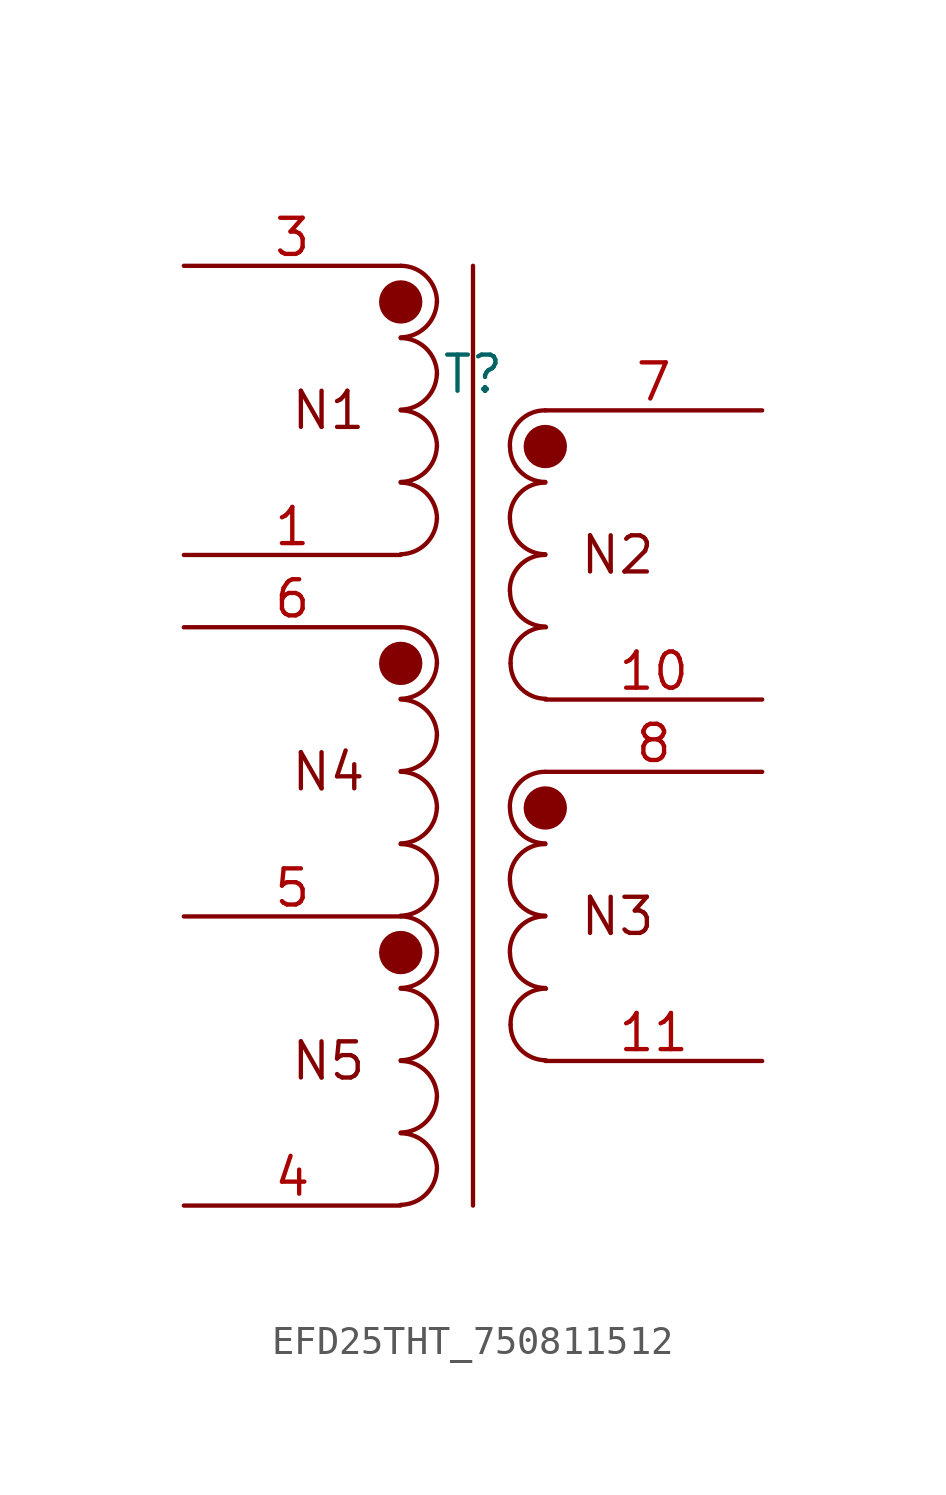
<source format=kicad_sym>
(kicad_symbol_lib
  (version 20220914)
  (generator kicad_symbol_editor)
  (symbol "EFD25THT_750811512"
    (pin_names hide)
    (property "Reference" "T"
      (at 0 12.7 0)
      (effects (font (size 1.27 1.27))))
    (symbol "EFD25THT_750811512_0_1"
      (arc (start -2.54 -16.4846) (mid -1.6561 -16.1163) (end -1.27 -15.24) (stroke (width 0) (type default)) (fill (type none)))
      (arc (start -2.54 -13.9446) (mid -1.6561 -13.5763) (end -1.27 -12.7) (stroke (width 0) (type default)) (fill (type none)))
      (arc (start -2.54 -11.4046) (mid -1.6561 -11.0363) (end -1.27 -10.16) (stroke (width 0) (type default)) (fill (type none)))
      (arc (start -2.54 -8.8646) (mid -1.6561 -8.4963) (end -1.27 -7.62) (stroke (width 0) (type default)) (fill (type none)))
      (arc (start -2.54 -6.3246) (mid -1.6561 -5.9563) (end -1.27 -5.08) (stroke (width 0) (type default)) (fill (type none)))
      (arc (start -2.54 -3.7846) (mid -1.6561 -3.4163) (end -1.27 -2.54) (stroke (width 0) (type default)) (fill (type none)))
      (arc (start -2.54 -1.2446) (mid -1.6561 -0.8763) (end -1.27 0) (stroke (width 0) (type default)) (fill (type none)))
      (arc (start -2.54 1.2954) (mid -1.6561 1.6637) (end -1.27 2.54) (stroke (width 0) (type default)) (fill (type none)))
      (arc (start -2.54 6.3754) (mid -1.6561 6.7437) (end -1.27 7.62) (stroke (width 0) (type default)) (fill (type none)))
      (arc (start -2.54 8.9154) (mid -1.6561 9.2837) (end -1.27 10.16) (stroke (width 0) (type default)) (fill (type none)))
      (arc (start -2.54 11.4554) (mid -1.6561 11.8237) (end -1.27 12.7) (stroke (width 0) (type default)) (fill (type none)))
      (arc (start -2.54 13.9954) (mid -1.6561 14.3637) (end -1.27 15.24) (stroke (width 0) (type default)) (fill (type none)))
      (arc (start -1.27 -15.24) (mid -1.642 -14.342) (end -2.54 -13.97) (stroke (width 0) (type default)) (fill (type none)))
      (arc (start -1.27 -12.7) (mid -1.642 -11.802) (end -2.54 -11.43) (stroke (width 0) (type default)) (fill (type none)))
      (arc (start -1.27 -10.16) (mid -1.642 -9.262) (end -2.54 -8.89) (stroke (width 0) (type default)) (fill (type none)))
      (arc (start -1.27 -7.62) (mid -1.642 -6.722) (end -2.54 -6.35) (stroke (width 0) (type default)) (fill (type none)))
      (arc (start -1.27 -5.08) (mid -1.642 -4.182) (end -2.54 -3.81) (stroke (width 0) (type default)) (fill (type none)))
      (arc (start -1.27 -2.54) (mid -1.642 -1.642) (end -2.54 -1.27) (stroke (width 0) (type default)) (fill (type none)))
      (arc (start -1.27 0) (mid -1.642 0.898) (end -2.54 1.27) (stroke (width 0) (type default)) (fill (type none)))
      (arc (start -1.27 2.54) (mid -1.642 3.438) (end -2.54 3.81) (stroke (width 0) (type default)) (fill (type none)))
      (arc (start -1.27 7.62) (mid -1.642 8.518) (end -2.54 8.89) (stroke (width 0) (type default)) (fill (type none)))
      (arc (start -1.27 10.16) (mid -1.642 11.058) (end -2.54 11.43) (stroke (width 0) (type default)) (fill (type none)))
      (arc (start -1.27 12.7) (mid -1.642 13.598) (end -2.54 13.97) (stroke (width 0) (type default)) (fill (type none)))
      (arc (start -1.27 15.24) (mid -1.642 16.138) (end -2.54 16.51) (stroke (width 0) (type default)) (fill (type none)))
      (polyline (pts (xy 0 16.51) (xy 0 -16.51)) (stroke (width 0) (type default)) (fill (type none)))
      (arc (start 1.2954 -7.62) (mid 1.6599 -8.5001) (end 2.54 -8.8646) (stroke (width 0) (type default)) (fill (type none)))
      (arc (start 1.2954 -5.08) (mid 1.6599 -5.9601) (end 2.54 -6.3246) (stroke (width 0) (type default)) (fill (type none)))
      (arc (start 1.2954 -2.54) (mid 1.6599 -3.4201) (end 2.54 -3.7846) (stroke (width 0) (type default)) (fill (type none)))
      (arc (start 1.2954 5.08) (mid 1.6599 4.1999) (end 2.54 3.8354) (stroke (width 0) (type default)) (fill (type none)))
      (arc (start 1.2954 7.62) (mid 1.6599 6.7399) (end 2.54 6.3754) (stroke (width 0) (type default)) (fill (type none)))
      (arc (start 1.2954 10.16) (mid 1.6599 9.2799) (end 2.54 8.9154) (stroke (width 0) (type default)) (fill (type none)))
      (arc (start 1.3208 -10.16) (mid 1.6854 -11.0399) (end 2.5654 -11.4046) (stroke (width 0) (type default)) (fill (type none)))
      (arc (start 1.3208 2.54) (mid 1.6855 1.6601) (end 2.5654 1.2954) (stroke (width 0) (type default)) (fill (type none)))
      (arc (start 2.54 -6.35) (mid 1.6458 -6.7185) (end 1.2954 -7.62) (stroke (width 0) (type default)) (fill (type none)))
      (arc (start 2.54 -3.81) (mid 1.6458 -4.1785) (end 1.2954 -5.08) (stroke (width 0) (type default)) (fill (type none)))
      (arc (start 2.54 -1.27) (mid 1.6458 -1.6385) (end 1.2954 -2.54) (stroke (width 0) (type default)) (fill (type none)))
      (arc (start 2.54 6.35) (mid 1.6458 5.9815) (end 1.2954 5.08) (stroke (width 0) (type default)) (fill (type none)))
      (arc (start 2.54 8.89) (mid 1.6458 8.5215) (end 1.2954 7.62) (stroke (width 0) (type default)) (fill (type none)))
      (arc (start 2.54 11.43) (mid 1.6458 11.0615) (end 1.2954 10.16) (stroke (width 0) (type default)) (fill (type none)))
      (arc (start 2.5654 -8.89) (mid 1.6709 -9.2583) (end 1.3208 -10.16) (stroke (width 0) (type default)) (fill (type none)))
      (arc (start 2.5654 3.81) (mid 1.6709 3.4417) (end 1.3208 2.54) (stroke (width 0) (type default)) (fill (type none))))
    (symbol "EFD25THT_750811512_1_1"
      (circle (center -2.54 -7.62) (radius 0.0001) (stroke (width 0.762) (type default)) (fill (type none)))
      (circle (center -2.54 2.54) (radius 0.0001) (stroke (width 0.762) (type default)) (fill (type none)))
      (circle (center -2.54 15.24) (radius 0.0001) (stroke (width 0.762) (type default)) (fill (type none)))
      (circle (center 2.54 -2.54) (radius 0.0001) (stroke (width 0.762) (type default)) (fill (type none)))
      (circle (center 2.54 10.16) (radius 0.0001) (stroke (width 0.762) (type default)) (fill (type none)))
      (text "N1" (at -5.08 11.43 0) (effects (font (size 1.27 1.27))))
      (text "N2" (at 5.08 6.35 0) (effects (font (size 1.27 1.27))))
      (text "N3" (at 5.08 -6.35 0) (effects (font (size 1.27 1.27))))
      (text "N4" (at -5.08 -1.27 0) (effects (font (size 1.27 1.27))))
      (text "N5" (at -5.08 -11.43 0) (effects (font (size 1.27 1.27))))
      (pin passive line (at -10.16 6.35 0) (length 7.62) (name "1" (effects (font (size 1.27 1.27)))) (number "1" (effects (font (size 1.27 1.27)))))
      (pin passive line (at 10.16 1.27 180) (length 7.62) (name "10" (effects (font (size 1.27 1.27)))) (number "10" (effects (font (size 1.27 1.27)))))
      (pin passive line (at 10.16 -11.43 180) (length 7.62) (name "11" (effects (font (size 1.27 1.27)))) (number "11" (effects (font (size 1.27 1.27)))))
      (pin passive line (at -10.16 16.51 0) (length 7.62) (name "3" (effects (font (size 1.27 1.27)))) (number "3" (effects (font (size 1.27 1.27)))))
      (pin passive line (at -10.16 -16.51 0) (length 7.62) (name "4" (effects (font (size 1.27 1.27)))) (number "4" (effects (font (size 1.27 1.27)))))
      (pin passive line (at -10.16 -6.35 0) (length 7.62) (name "5" (effects (font (size 1.27 1.27)))) (number "5" (effects (font (size 1.27 1.27)))))
      (pin passive line (at -10.16 3.81 0) (length 7.62) (name "6" (effects (font (size 1.27 1.27)))) (number "6" (effects (font (size 1.27 1.27)))))
      (pin passive line (at 10.16 11.43 180) (length 7.62) (name "7" (effects (font (size 1.27 1.27)))) (number "7" (effects (font (size 1.27 1.27)))))
      (pin passive line (at 10.16 -1.27 180) (length 7.62) (name "8" (effects (font (size 1.27 1.27)))) (number "8" (effects (font (size 1.27 1.27))))))))
</source>
